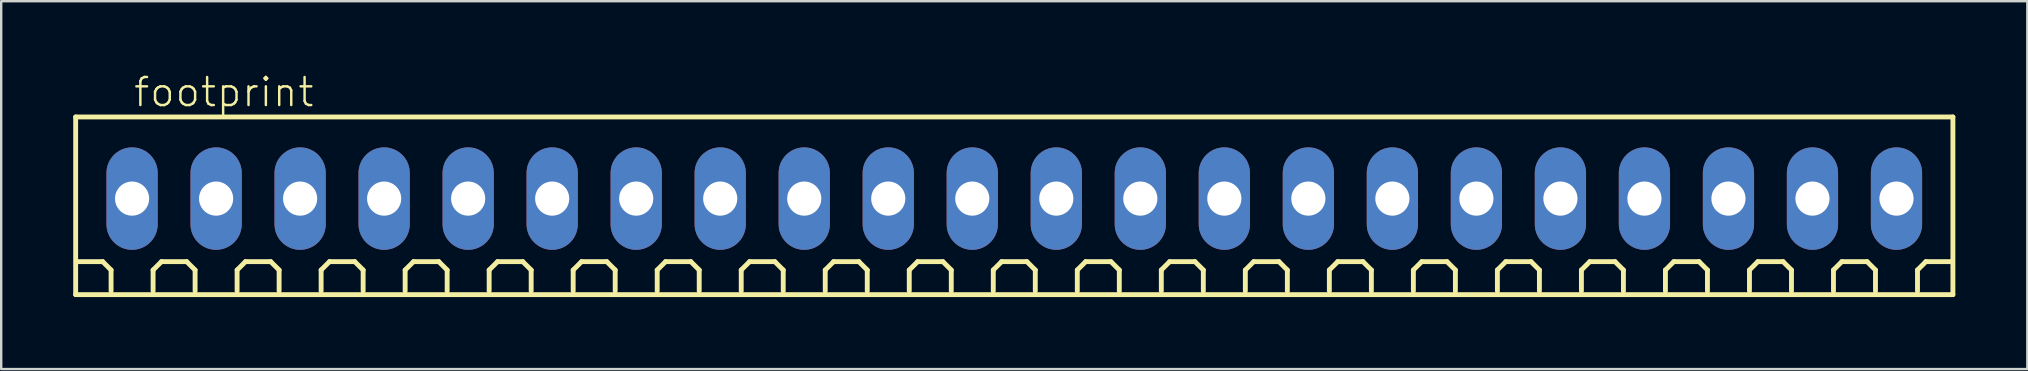
<source format=kicad_pcb>
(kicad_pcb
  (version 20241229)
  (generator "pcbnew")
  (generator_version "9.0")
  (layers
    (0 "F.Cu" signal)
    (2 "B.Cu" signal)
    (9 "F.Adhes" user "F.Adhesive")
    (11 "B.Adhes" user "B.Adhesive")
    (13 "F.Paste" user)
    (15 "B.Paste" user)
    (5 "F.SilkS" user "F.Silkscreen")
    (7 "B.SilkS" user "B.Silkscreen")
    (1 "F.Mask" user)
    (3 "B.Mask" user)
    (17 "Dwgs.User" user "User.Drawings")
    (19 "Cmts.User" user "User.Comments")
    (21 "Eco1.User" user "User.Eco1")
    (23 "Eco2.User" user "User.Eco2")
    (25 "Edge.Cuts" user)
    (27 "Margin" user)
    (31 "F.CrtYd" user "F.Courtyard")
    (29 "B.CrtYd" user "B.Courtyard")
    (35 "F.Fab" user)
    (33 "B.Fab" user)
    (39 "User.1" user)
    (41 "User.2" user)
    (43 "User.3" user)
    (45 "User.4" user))
  (footprint "footprint"
    (layer "F.Cu")
    (at 39.202 5.223)
    (property "Reference" "footprint" (at -36.75 -3.75 0) (layer "F.SilkS") (effects (font (size 1.168 1.168) (thickness 0.102)) (justify left bottom)))
    (fp_line (start -39.1 -3.4) (end 39.1 -3.4) (stroke (width 0.203) (type solid)) (layer "F.SilkS"))
    (fp_line (start -39.1 4) (end -39.1 -3.4) (stroke (width 0.203) (type solid)) (layer "F.SilkS"))
    (fp_line (start -37.975 2.625) (end -39.025 2.625) (stroke (width 0.203) (type solid)) (layer "F.SilkS"))
    (fp_line (start -37.625 2.975) (end -37.975 2.625) (stroke (width 0.203) (type solid)) (layer "F.SilkS"))
    (fp_line (start -37.625 3.85) (end -37.625 2.975) (stroke (width 0.203) (type solid)) (layer "F.SilkS"))
    (fp_line (start -35.875 2.975) (end -35.525 2.625) (stroke (width 0.203) (type solid)) (layer "F.SilkS"))
    (fp_line (start -35.875 3.85) (end -35.875 2.975) (stroke (width 0.203) (type solid)) (layer "F.SilkS"))
    (fp_line (start -35.525 2.625) (end -34.475 2.625) (stroke (width 0.203) (type solid)) (layer "F.SilkS"))
    (fp_line (start -34.475 2.625) (end -34.125 2.975) (stroke (width 0.203) (type solid)) (layer "F.SilkS"))
    (fp_line (start -34.125 2.975) (end -34.125 3.85) (stroke (width 0.203) (type solid)) (layer "F.SilkS"))
    (fp_line (start -32.375 2.975) (end -32.025 2.625) (stroke (width 0.203) (type solid)) (layer "F.SilkS"))
    (fp_line (start -32.375 3.85) (end -32.375 2.975) (stroke (width 0.203) (type solid)) (layer "F.SilkS"))
    (fp_line (start -32.025 2.625) (end -30.975 2.625) (stroke (width 0.203) (type solid)) (layer "F.SilkS"))
    (fp_line (start -30.975 2.625) (end -30.625 2.975) (stroke (width 0.203) (type solid)) (layer "F.SilkS"))
    (fp_line (start -30.625 2.975) (end -30.625 3.85) (stroke (width 0.203) (type solid)) (layer "F.SilkS"))
    (fp_line (start -28.875 2.975) (end -28.525 2.625) (stroke (width 0.203) (type solid)) (layer "F.SilkS"))
    (fp_line (start -28.875 3.85) (end -28.875 2.975) (stroke (width 0.203) (type solid)) (layer "F.SilkS"))
    (fp_line (start -28.525 2.625) (end -27.475 2.625) (stroke (width 0.203) (type solid)) (layer "F.SilkS"))
    (fp_line (start -27.475 2.625) (end -27.125 2.975) (stroke (width 0.203) (type solid)) (layer "F.SilkS"))
    (fp_line (start -27.125 2.975) (end -27.125 3.85) (stroke (width 0.203) (type solid)) (layer "F.SilkS"))
    (fp_line (start -25.375 2.975) (end -25.025 2.625) (stroke (width 0.203) (type solid)) (layer "F.SilkS"))
    (fp_line (start -25.375 3.85) (end -25.375 2.975) (stroke (width 0.203) (type solid)) (layer "F.SilkS"))
    (fp_line (start -25.025 2.625) (end -23.975 2.625) (stroke (width 0.203) (type solid)) (layer "F.SilkS"))
    (fp_line (start -23.975 2.625) (end -23.625 2.975) (stroke (width 0.203) (type solid)) (layer "F.SilkS"))
    (fp_line (start -23.625 2.975) (end -23.625 3.85) (stroke (width 0.203) (type solid)) (layer "F.SilkS"))
    (fp_line (start -21.875 2.975) (end -21.525 2.625) (stroke (width 0.203) (type solid)) (layer "F.SilkS"))
    (fp_line (start -21.875 3.85) (end -21.875 2.975) (stroke (width 0.203) (type solid)) (layer "F.SilkS"))
    (fp_line (start -21.525 2.625) (end -20.475 2.625) (stroke (width 0.203) (type solid)) (layer "F.SilkS"))
    (fp_line (start -20.475 2.625) (end -20.125 2.975) (stroke (width 0.203) (type solid)) (layer "F.SilkS"))
    (fp_line (start -20.125 2.975) (end -20.125 3.85) (stroke (width 0.203) (type solid)) (layer "F.SilkS"))
    (fp_line (start -18.375 2.975) (end -18.025 2.625) (stroke (width 0.203) (type solid)) (layer "F.SilkS"))
    (fp_line (start -18.375 3.85) (end -18.375 2.975) (stroke (width 0.203) (type solid)) (layer "F.SilkS"))
    (fp_line (start -18.025 2.625) (end -16.975 2.625) (stroke (width 0.203) (type solid)) (layer "F.SilkS"))
    (fp_line (start -16.975 2.625) (end -16.625 2.975) (stroke (width 0.203) (type solid)) (layer "F.SilkS"))
    (fp_line (start -16.625 2.975) (end -16.625 3.85) (stroke (width 0.203) (type solid)) (layer "F.SilkS"))
    (fp_line (start -14.875 2.975) (end -14.525 2.625) (stroke (width 0.203) (type solid)) (layer "F.SilkS"))
    (fp_line (start -14.875 3.85) (end -14.875 2.975) (stroke (width 0.203) (type solid)) (layer "F.SilkS"))
    (fp_line (start -14.525 2.625) (end -13.475 2.625) (stroke (width 0.203) (type solid)) (layer "F.SilkS"))
    (fp_line (start -13.475 2.625) (end -13.125 2.975) (stroke (width 0.203) (type solid)) (layer "F.SilkS"))
    (fp_line (start -13.125 2.975) (end -13.125 3.85) (stroke (width 0.203) (type solid)) (layer "F.SilkS"))
    (fp_line (start -11.375 2.975) (end -11.025 2.625) (stroke (width 0.203) (type solid)) (layer "F.SilkS"))
    (fp_line (start -11.375 3.85) (end -11.375 2.975) (stroke (width 0.203) (type solid)) (layer "F.SilkS"))
    (fp_line (start -11.025 2.625) (end -9.975 2.625) (stroke (width 0.203) (type solid)) (layer "F.SilkS"))
    (fp_line (start -9.975 2.625) (end -9.625 2.975) (stroke (width 0.203) (type solid)) (layer "F.SilkS"))
    (fp_line (start -9.625 2.975) (end -9.625 3.85) (stroke (width 0.203) (type solid)) (layer "F.SilkS"))
    (fp_line (start -7.875 2.975) (end -7.525 2.625) (stroke (width 0.203) (type solid)) (layer "F.SilkS"))
    (fp_line (start -7.875 3.85) (end -7.875 2.975) (stroke (width 0.203) (type solid)) (layer "F.SilkS"))
    (fp_line (start -7.525 2.625) (end -6.475 2.625) (stroke (width 0.203) (type solid)) (layer "F.SilkS"))
    (fp_line (start -6.475 2.625) (end -6.125 2.975) (stroke (width 0.203) (type solid)) (layer "F.SilkS"))
    (fp_line (start -6.125 2.975) (end -6.125 3.85) (stroke (width 0.203) (type solid)) (layer "F.SilkS"))
    (fp_line (start -4.375 2.975) (end -4.025 2.625) (stroke (width 0.203) (type solid)) (layer "F.SilkS"))
    (fp_line (start -4.375 3.85) (end -4.375 2.975) (stroke (width 0.203) (type solid)) (layer "F.SilkS"))
    (fp_line (start -4.025 2.625) (end -2.975 2.625) (stroke (width 0.203) (type solid)) (layer "F.SilkS"))
    (fp_line (start -2.975 2.625) (end -2.625 2.975) (stroke (width 0.203) (type solid)) (layer "F.SilkS"))
    (fp_line (start -2.625 2.975) (end -2.625 3.85) (stroke (width 0.203) (type solid)) (layer "F.SilkS"))
    (fp_line (start -0.875 2.975) (end -0.525 2.625) (stroke (width 0.203) (type solid)) (layer "F.SilkS"))
    (fp_line (start -0.875 3.85) (end -0.875 2.975) (stroke (width 0.203) (type solid)) (layer "F.SilkS"))
    (fp_line (start -0.525 2.625) (end 0.525 2.625) (stroke (width 0.203) (type solid)) (layer "F.SilkS"))
    (fp_line (start 0.525 2.625) (end 0.875 2.975) (stroke (width 0.203) (type solid)) (layer "F.SilkS"))
    (fp_line (start 0.875 2.975) (end 0.875 3.85) (stroke (width 0.203) (type solid)) (layer "F.SilkS"))
    (fp_line (start 2.625 2.975) (end 2.975 2.625) (stroke (width 0.203) (type solid)) (layer "F.SilkS"))
    (fp_line (start 2.625 3.85) (end 2.625 2.975) (stroke (width 0.203) (type solid)) (layer "F.SilkS"))
    (fp_line (start 2.975 2.625) (end 4.025 2.625) (stroke (width 0.203) (type solid)) (layer "F.SilkS"))
    (fp_line (start 4.025 2.625) (end 4.375 2.975) (stroke (width 0.203) (type solid)) (layer "F.SilkS"))
    (fp_line (start 4.375 2.975) (end 4.375 3.85) (stroke (width 0.203) (type solid)) (layer "F.SilkS"))
    (fp_line (start 6.125 2.975) (end 6.475 2.625) (stroke (width 0.203) (type solid)) (layer "F.SilkS"))
    (fp_line (start 6.125 3.85) (end 6.125 2.975) (stroke (width 0.203) (type solid)) (layer "F.SilkS"))
    (fp_line (start 6.475 2.625) (end 7.525 2.625) (stroke (width 0.203) (type solid)) (layer "F.SilkS"))
    (fp_line (start 7.525 2.625) (end 7.875 2.975) (stroke (width 0.203) (type solid)) (layer "F.SilkS"))
    (fp_line (start 7.875 2.975) (end 7.875 3.85) (stroke (width 0.203) (type solid)) (layer "F.SilkS"))
    (fp_line (start 9.625 2.975) (end 9.975 2.625) (stroke (width 0.203) (type solid)) (layer "F.SilkS"))
    (fp_line (start 9.625 3.85) (end 9.625 2.975) (stroke (width 0.203) (type solid)) (layer "F.SilkS"))
    (fp_line (start 9.975 2.625) (end 11.025 2.625) (stroke (width 0.203) (type solid)) (layer "F.SilkS"))
    (fp_line (start 11.025 2.625) (end 11.375 2.975) (stroke (width 0.203) (type solid)) (layer "F.SilkS"))
    (fp_line (start 11.375 2.975) (end 11.375 3.85) (stroke (width 0.203) (type solid)) (layer "F.SilkS"))
    (fp_line (start 13.125 2.975) (end 13.475 2.625) (stroke (width 0.203) (type solid)) (layer "F.SilkS"))
    (fp_line (start 13.125 3.85) (end 13.125 2.975) (stroke (width 0.203) (type solid)) (layer "F.SilkS"))
    (fp_line (start 13.475 2.625) (end 14.525 2.625) (stroke (width 0.203) (type solid)) (layer "F.SilkS"))
    (fp_line (start 14.525 2.625) (end 14.875 2.975) (stroke (width 0.203) (type solid)) (layer "F.SilkS"))
    (fp_line (start 14.875 2.975) (end 14.875 3.85) (stroke (width 0.203) (type solid)) (layer "F.SilkS"))
    (fp_line (start 16.625 2.975) (end 16.975 2.625) (stroke (width 0.203) (type solid)) (layer "F.SilkS"))
    (fp_line (start 16.625 3.85) (end 16.625 2.975) (stroke (width 0.203) (type solid)) (layer "F.SilkS"))
    (fp_line (start 16.975 2.625) (end 18.025 2.625) (stroke (width 0.203) (type solid)) (layer "F.SilkS"))
    (fp_line (start 18.025 2.625) (end 18.375 2.975) (stroke (width 0.203) (type solid)) (layer "F.SilkS"))
    (fp_line (start 18.375 2.975) (end 18.375 3.85) (stroke (width 0.203) (type solid)) (layer "F.SilkS"))
    (fp_line (start 20.125 2.975) (end 20.475 2.625) (stroke (width 0.203) (type solid)) (layer "F.SilkS"))
    (fp_line (start 20.125 3.85) (end 20.125 2.975) (stroke (width 0.203) (type solid)) (layer "F.SilkS"))
    (fp_line (start 20.475 2.625) (end 21.525 2.625) (stroke (width 0.203) (type solid)) (layer "F.SilkS"))
    (fp_line (start 21.525 2.625) (end 21.875 2.975) (stroke (width 0.203) (type solid)) (layer "F.SilkS"))
    (fp_line (start 21.875 2.975) (end 21.875 3.85) (stroke (width 0.203) (type solid)) (layer "F.SilkS"))
    (fp_line (start 23.625 2.975) (end 23.975 2.625) (stroke (width 0.203) (type solid)) (layer "F.SilkS"))
    (fp_line (start 23.625 3.85) (end 23.625 2.975) (stroke (width 0.203) (type solid)) (layer "F.SilkS"))
    (fp_line (start 23.975 2.625) (end 25.025 2.625) (stroke (width 0.203) (type solid)) (layer "F.SilkS"))
    (fp_line (start 25.025 2.625) (end 25.375 2.975) (stroke (width 0.203) (type solid)) (layer "F.SilkS"))
    (fp_line (start 25.375 2.975) (end 25.375 3.85) (stroke (width 0.203) (type solid)) (layer "F.SilkS"))
    (fp_line (start 27.125 2.975) (end 27.475 2.625) (stroke (width 0.203) (type solid)) (layer "F.SilkS"))
    (fp_line (start 27.125 3.85) (end 27.125 2.975) (stroke (width 0.203) (type solid)) (layer "F.SilkS"))
    (fp_line (start 27.475 2.625) (end 28.525 2.625) (stroke (width 0.203) (type solid)) (layer "F.SilkS"))
    (fp_line (start 28.525 2.625) (end 28.875 2.975) (stroke (width 0.203) (type solid)) (layer "F.SilkS"))
    (fp_line (start 28.875 2.975) (end 28.875 3.85) (stroke (width 0.203) (type solid)) (layer "F.SilkS"))
    (fp_line (start 30.625 2.975) (end 30.975 2.625) (stroke (width 0.203) (type solid)) (layer "F.SilkS"))
    (fp_line (start 30.625 3.85) (end 30.625 2.975) (stroke (width 0.203) (type solid)) (layer "F.SilkS"))
    (fp_line (start 30.975 2.625) (end 32.025 2.625) (stroke (width 0.203) (type solid)) (layer "F.SilkS"))
    (fp_line (start 32.025 2.625) (end 32.375 2.975) (stroke (width 0.203) (type solid)) (layer "F.SilkS"))
    (fp_line (start 32.375 2.975) (end 32.375 3.85) (stroke (width 0.203) (type solid)) (layer "F.SilkS"))
    (fp_line (start 34.125 2.975) (end 34.475 2.625) (stroke (width 0.203) (type solid)) (layer "F.SilkS"))
    (fp_line (start 34.125 3.85) (end 34.125 2.975) (stroke (width 0.203) (type solid)) (layer "F.SilkS"))
    (fp_line (start 34.475 2.625) (end 35.525 2.625) (stroke (width 0.203) (type solid)) (layer "F.SilkS"))
    (fp_line (start 35.525 2.625) (end 35.875 2.975) (stroke (width 0.203) (type solid)) (layer "F.SilkS"))
    (fp_line (start 35.875 2.975) (end 35.875 3.85) (stroke (width 0.203) (type solid)) (layer "F.SilkS"))
    (fp_line (start 37.625 2.975) (end 37.975 2.625) (stroke (width 0.203) (type solid)) (layer "F.SilkS"))
    (fp_line (start 37.625 3.85) (end 37.625 2.975) (stroke (width 0.203) (type solid)) (layer "F.SilkS"))
    (fp_line (start 37.975 2.625) (end 39.025 2.625) (stroke (width 0.203) (type solid)) (layer "F.SilkS"))
    (fp_line (start 39.1 -3.4) (end 39.1 4) (stroke (width 0.203) (type solid)) (layer "F.SilkS"))
    (fp_line (start 39.1 4) (end -39.1 4) (stroke (width 0.203) (type solid)) (layer "F.SilkS"))
    (pad "1" thru_hole oval (at -36.75 0 90) (size 4.267 2.134) (drill 1.422) (layers "*.Cu" "*.Mask"))
    (pad "2" thru_hole oval (at -33.25 0 90) (size 4.267 2.134) (drill 1.422) (layers "*.Cu" "*.Mask"))
    (pad "3" thru_hole oval (at -29.75 0 90) (size 4.267 2.134) (drill 1.422) (layers "*.Cu" "*.Mask"))
    (pad "4" thru_hole oval (at -26.25 0 90) (size 4.267 2.134) (drill 1.422) (layers "*.Cu" "*.Mask"))
    (pad "5" thru_hole oval (at -22.75 0 90) (size 4.267 2.134) (drill 1.422) (layers "*.Cu" "*.Mask"))
    (pad "6" thru_hole oval (at -19.25 0 90) (size 4.267 2.134) (drill 1.422) (layers "*.Cu" "*.Mask"))
    (pad "7" thru_hole oval (at -15.75 0 90) (size 4.267 2.134) (drill 1.422) (layers "*.Cu" "*.Mask"))
    (pad "8" thru_hole oval (at -12.25 0 90) (size 4.267 2.134) (drill 1.422) (layers "*.Cu" "*.Mask"))
    (pad "9" thru_hole oval (at -8.75 0 90) (size 4.267 2.134) (drill 1.422) (layers "*.Cu" "*.Mask"))
    (pad "10" thru_hole oval (at -5.25 0 90) (size 4.267 2.134) (drill 1.422) (layers "*.Cu" "*.Mask"))
    (pad "11" thru_hole oval (at -1.75 0 90) (size 4.267 2.134) (drill 1.422) (layers "*.Cu" "*.Mask"))
    (pad "12" thru_hole oval (at 1.75 0 90) (size 4.267 2.134) (drill 1.422) (layers "*.Cu" "*.Mask"))
    (pad "13" thru_hole oval (at 5.25 0 90) (size 4.267 2.134) (drill 1.422) (layers "*.Cu" "*.Mask"))
    (pad "14" thru_hole oval (at 8.75 0 90) (size 4.267 2.134) (drill 1.422) (layers "*.Cu" "*.Mask"))
    (pad "15" thru_hole oval (at 12.25 0 90) (size 4.267 2.134) (drill 1.422) (layers "*.Cu" "*.Mask"))
    (pad "16" thru_hole oval (at 15.75 0 90) (size 4.267 2.134) (drill 1.422) (layers "*.Cu" "*.Mask"))
    (pad "17" thru_hole oval (at 19.25 0 90) (size 4.267 2.134) (drill 1.422) (layers "*.Cu" "*.Mask"))
    (pad "18" thru_hole oval (at 22.75 0 90) (size 4.267 2.134) (drill 1.422) (layers "*.Cu" "*.Mask"))
    (pad "19" thru_hole oval (at 26.25 0 90) (size 4.267 2.134) (drill 1.422) (layers "*.Cu" "*.Mask"))
    (pad "20" thru_hole oval (at 29.75 0 90) (size 4.267 2.134) (drill 1.422) (layers "*.Cu" "*.Mask"))
    (pad "21" thru_hole oval (at 33.25 0 90) (size 4.267 2.134) (drill 1.422) (layers "*.Cu" "*.Mask"))
    (pad "22" thru_hole oval (at 36.75 0 90) (size 4.267 2.134) (drill 1.422) (layers "*.Cu" "*.Mask")))
  (gr_rect
    (start -3 -3)
    (end 81.403 12.325)
    (stroke (width 0.1) (type default))
    (fill no)
    (layer "Edge.Cuts")))
</source>
